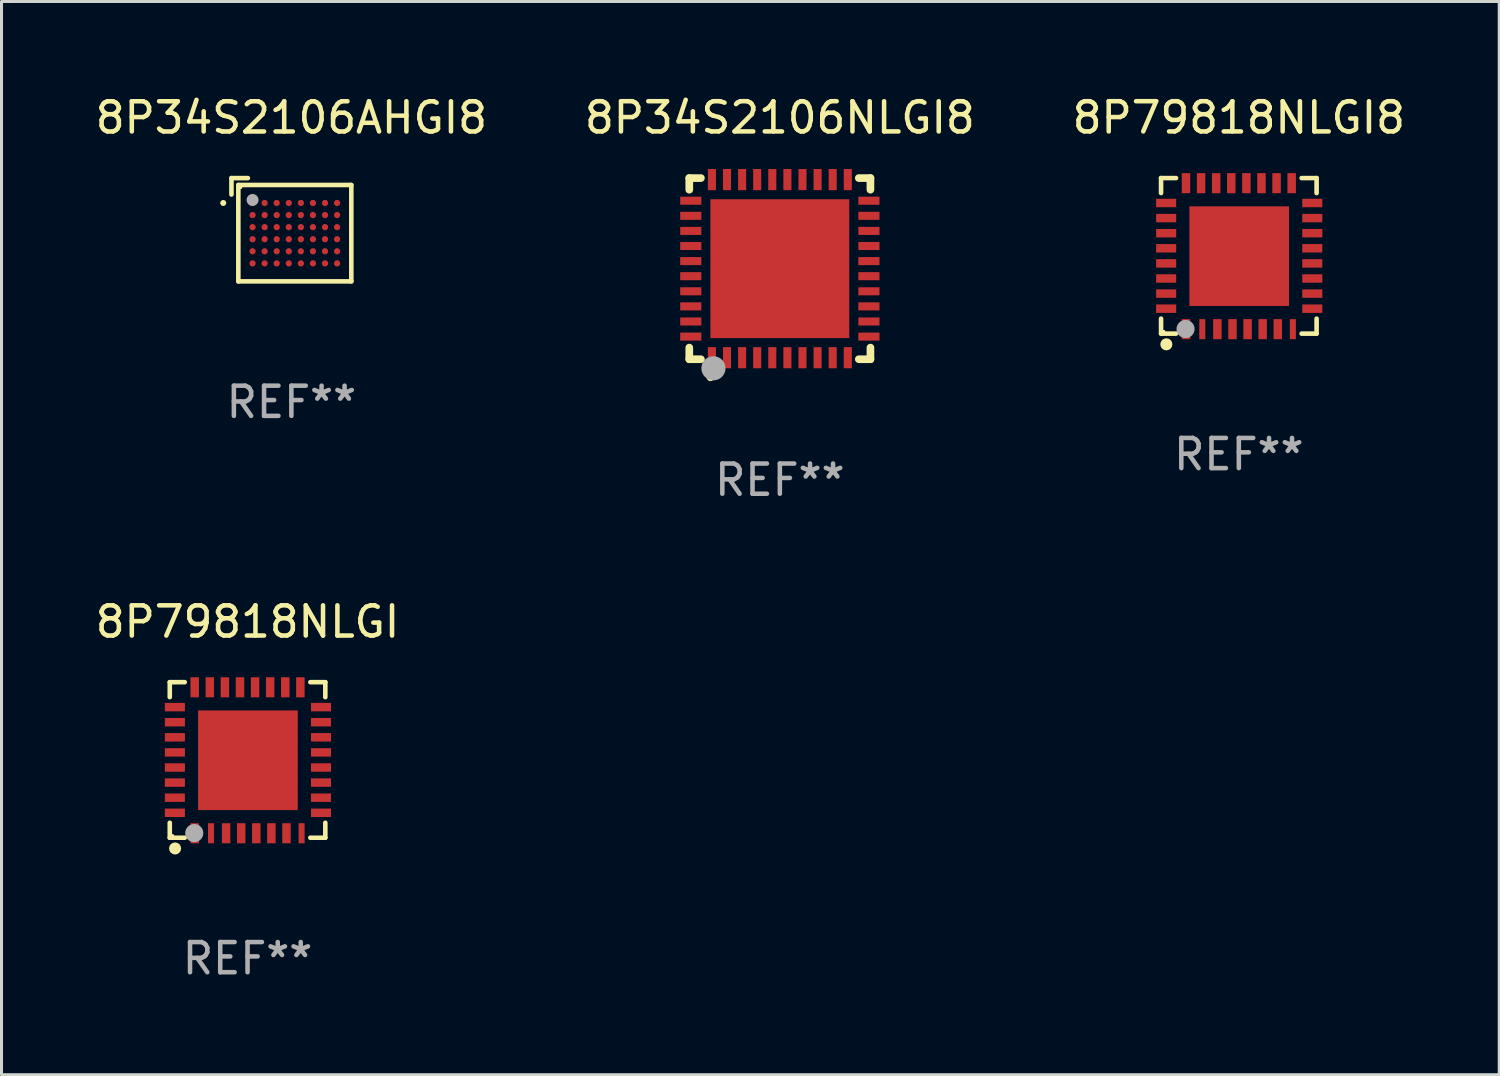
<source format=kicad_pcb>
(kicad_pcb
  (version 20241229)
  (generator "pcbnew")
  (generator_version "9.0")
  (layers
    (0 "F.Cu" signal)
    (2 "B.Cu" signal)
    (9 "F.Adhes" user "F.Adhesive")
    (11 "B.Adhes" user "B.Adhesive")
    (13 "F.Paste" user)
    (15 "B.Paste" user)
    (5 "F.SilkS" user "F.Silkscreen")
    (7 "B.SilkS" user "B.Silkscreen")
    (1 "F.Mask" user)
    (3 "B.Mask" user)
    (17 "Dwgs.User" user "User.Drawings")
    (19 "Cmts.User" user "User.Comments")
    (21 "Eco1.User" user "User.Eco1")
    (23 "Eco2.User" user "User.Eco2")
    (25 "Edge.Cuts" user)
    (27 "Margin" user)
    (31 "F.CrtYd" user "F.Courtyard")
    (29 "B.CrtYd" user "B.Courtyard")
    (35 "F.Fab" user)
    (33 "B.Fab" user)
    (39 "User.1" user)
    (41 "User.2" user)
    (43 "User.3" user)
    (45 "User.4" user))
  (footprint "8P79818NLGI8"
    (layer "F.Cu")
    (at 37.982 5.424)
    (property "Reference" "8P79818NLGI8" (at 0 -4.576 0) (layer "F.SilkS") (effects (font (size 1 1) (thickness 0.15))))
    (attr through_hole)
    (fp_line (start -2.576 -2.576) (end -2.576 -2.08) (stroke (width 0.152) (type solid)) (layer "F.SilkS"))
    (fp_line (start -2.576 2.576) (end -2.576 2.08) (stroke (width 0.152) (type solid)) (layer "F.SilkS"))
    (fp_line (start -2.08 -2.576) (end -2.576 -2.576) (stroke (width 0.152) (type solid)) (layer "F.SilkS"))
    (fp_line (start -2.08 2.576) (end -2.576 2.576) (stroke (width 0.152) (type solid)) (layer "F.SilkS"))
    (fp_line (start 2.08 -2.576) (end 2.576 -2.576) (stroke (width 0.152) (type solid)) (layer "F.SilkS"))
    (fp_line (start 2.08 2.576) (end 2.576 2.576) (stroke (width 0.152) (type solid)) (layer "F.SilkS"))
    (fp_line (start 2.576 -2.576) (end 2.576 -2.08) (stroke (width 0.152) (type solid)) (layer "F.SilkS"))
    (fp_line (start 2.576 2.576) (end 2.576 2.08) (stroke (width 0.152) (type solid)) (layer "F.SilkS"))
    (fp_circle (center -2.487 2.51) (end -2.457 2.51) (stroke (width 0.06) (type solid)) (fill no) (layer "F.SilkS"))
    (fp_circle (center -2.4 2.931) (end -2.3 2.931) (stroke (width 0.2) (type solid)) (fill no) (layer "F.SilkS"))
    (fp_circle (center -1.765 2.423) (end -1.615 2.423) (stroke (width 0.3) (type solid)) (fill no) (layer "F.Fab"))
    (fp_text user "REF**" (at 0 6.576 0) (layer "F.Fab") (effects (font (size 1 1) (thickness 0.15))))
    (pad "1" smd rect (at -1.75 2.428) (size 0.28 0.665) (layers "F.Cu" "F.Mask" "F.Paste"))
    (pad "2" smd rect (at -1.21 2.428) (size 0.2 0.665) (layers "F.Cu" "F.Mask" "F.Paste"))
    (pad "3" smd rect (at -0.71 2.428) (size 0.28 0.665) (layers "F.Cu" "F.Mask" "F.Paste"))
    (pad "4" smd rect (at -0.21 2.428) (size 0.28 0.665) (layers "F.Cu" "F.Mask" "F.Paste"))
    (pad "5" smd rect (at 0.29 2.428) (size 0.28 0.665) (layers "F.Cu" "F.Mask" "F.Paste"))
    (pad "6" smd rect (at 0.79 2.428) (size 0.28 0.665) (layers "F.Cu" "F.Mask" "F.Paste"))
    (pad "7" smd rect (at 1.29 2.428) (size 0.28 0.665) (layers "F.Cu" "F.Mask" "F.Paste"))
    (pad "8" smd rect (at 1.79 2.428) (size 0.2 0.665) (layers "F.Cu" "F.Mask" "F.Paste"))
    (pad "9" smd rect (at 2.433 1.75) (size 0.665 0.28) (layers "F.Cu" "F.Mask" "F.Paste"))
    (pad "10" smd rect (at 2.433 1.25) (size 0.665 0.28) (layers "F.Cu" "F.Mask" "F.Paste"))
    (pad "11" smd rect (at 2.433 0.75) (size 0.665 0.28) (layers "F.Cu" "F.Mask" "F.Paste"))
    (pad "12" smd rect (at 2.433 0.25) (size 0.665 0.28) (layers "F.Cu" "F.Mask" "F.Paste"))
    (pad "13" smd rect (at 2.433 -0.25) (size 0.665 0.28) (layers "F.Cu" "F.Mask" "F.Paste"))
    (pad "14" smd rect (at 2.433 -0.75) (size 0.665 0.28) (layers "F.Cu" "F.Mask" "F.Paste"))
    (pad "15" smd rect (at 2.433 -1.25) (size 0.665 0.28) (layers "F.Cu" "F.Mask" "F.Paste"))
    (pad "16" smd rect (at 2.433 -1.75) (size 0.665 0.28) (layers "F.Cu" "F.Mask" "F.Paste"))
    (pad "17" smd rect (at 1.75 -2.407) (size 0.28 0.665) (layers "F.Cu" "F.Mask" "F.Paste"))
    (pad "18" smd rect (at 1.25 -2.407) (size 0.28 0.665) (layers "F.Cu" "F.Mask" "F.Paste"))
    (pad "19" smd rect (at 0.75 -2.407) (size 0.28 0.665) (layers "F.Cu" "F.Mask" "F.Paste"))
    (pad "20" smd rect (at 0.25 -2.407) (size 0.28 0.665) (layers "F.Cu" "F.Mask" "F.Paste"))
    (pad "21" smd rect (at -0.25 -2.407) (size 0.28 0.665) (layers "F.Cu" "F.Mask" "F.Paste"))
    (pad "22" smd rect (at -0.75 -2.407) (size 0.28 0.665) (layers "F.Cu" "F.Mask" "F.Paste"))
    (pad "23" smd rect (at -1.25 -2.407) (size 0.28 0.665) (layers "F.Cu" "F.Mask" "F.Paste"))
    (pad "24" smd rect (at -1.75 -2.407) (size 0.28 0.665) (layers "F.Cu" "F.Mask" "F.Paste"))
    (pad "25" smd rect (at -2.407 -1.75) (size 0.665 0.28) (layers "F.Cu" "F.Mask" "F.Paste"))
    (pad "26" smd rect (at -2.407 -1.25) (size 0.665 0.28) (layers "F.Cu" "F.Mask" "F.Paste"))
    (pad "27" smd rect (at -2.407 -0.75) (size 0.665 0.28) (layers "F.Cu" "F.Mask" "F.Paste"))
    (pad "28" smd rect (at -2.407 -0.25) (size 0.665 0.28) (layers "F.Cu" "F.Mask" "F.Paste"))
    (pad "29" smd rect (at -2.407 0.25) (size 0.665 0.28) (layers "F.Cu" "F.Mask" "F.Paste"))
    (pad "30" smd rect (at -2.407 0.75) (size 0.665 0.28) (layers "F.Cu" "F.Mask" "F.Paste"))
    (pad "31" smd rect (at -2.407 1.25) (size 0.665 0.28) (layers "F.Cu" "F.Mask" "F.Paste"))
    (pad "32" smd rect (at -2.407 1.75) (size 0.665 0.28) (layers "F.Cu" "F.Mask" "F.Paste"))
    (pad "33" smd rect (at 0.013 0.01) (size 3.3 3.3) (layers "F.Cu" "F.Mask" "F.Paste")))
  (footprint "8P34S2106AHGI8"
    (layer "F.Cu")
    (at 6.601 4.559)
    (property "Reference" "8P34S2106AHGI8" (at 0 -3.71 0) (layer "F.SilkS") (effects (font (size 1 1) (thickness 0.15))))
    (attr through_hole)
    (fp_line (start -1.985 -1.71) (end -1.441 -1.71) (stroke (width 0.152) (type solid)) (layer "F.SilkS"))
    (fp_line (start -1.985 -1.166) (end -1.985 -1.71) (stroke (width 0.152) (type solid)) (layer "F.SilkS"))
    (fp_line (start -1.757 -1.482) (end 1.985 -1.482) (stroke (width 0.152) (type solid)) (layer "F.SilkS"))
    (fp_line (start -1.757 1.71) (end -1.757 -1.482) (stroke (width 0.152) (type solid)) (layer "F.SilkS"))
    (fp_line (start 1.985 -1.482) (end 1.985 1.71) (stroke (width 0.152) (type solid)) (layer "F.SilkS"))
    (fp_line (start 1.985 1.71) (end -1.757 1.71) (stroke (width 0.152) (type solid)) (layer "F.SilkS"))
    (fp_circle (center -2.257 -0.886) (end -2.207 -0.886) (stroke (width 0.1) (type solid)) (fill no) (layer "F.SilkS"))
    (fp_circle (center -1.681 -1.406) (end -1.651 -1.406) (stroke (width 0.06) (type solid)) (fill no) (layer "F.SilkS"))
    (fp_circle (center -1.286 -0.986) (end -1.186 -0.986) (stroke (width 0.2) (type solid)) (fill no) (layer "F.Fab"))
    (fp_text user "REF**" (at 0 5.71 0) (layer "F.Fab") (effects (font (size 1 1) (thickness 0.15))))
    (pad "A1" smd circle (at -1.286 -0.886) (size 0.208 0.208) (layers "F.Cu" "F.Mask" "F.Paste"))
    (pad "A2" smd circle (at -0.886 -0.886) (size 0.208 0.208) (layers "F.Cu" "F.Mask" "F.Paste"))
    (pad "A3" smd circle (at -0.486 -0.886) (size 0.208 0.208) (layers "F.Cu" "F.Mask" "F.Paste"))
    (pad "A4" smd circle (at -0.086 -0.886) (size 0.208 0.208) (layers "F.Cu" "F.Mask" "F.Paste"))
    (pad "A5" smd circle (at 0.314 -0.886) (size 0.208 0.208) (layers "F.Cu" "F.Mask" "F.Paste"))
    (pad "A6" smd circle (at 0.714 -0.886) (size 0.208 0.208) (layers "F.Cu" "F.Mask" "F.Paste"))
    (pad "A7" smd circle (at 1.114 -0.886) (size 0.208 0.208) (layers "F.Cu" "F.Mask" "F.Paste"))
    (pad "A8" smd circle (at 1.514 -0.886) (size 0.208 0.208) (layers "F.Cu" "F.Mask" "F.Paste"))
    (pad "B1" smd circle (at -1.286 -0.486) (size 0.208 0.208) (layers "F.Cu" "F.Mask" "F.Paste"))
    (pad "B2" smd circle (at -0.886 -0.486) (size 0.208 0.208) (layers "F.Cu" "F.Mask" "F.Paste"))
    (pad "B3" smd circle (at -0.486 -0.486) (size 0.208 0.208) (layers "F.Cu" "F.Mask" "F.Paste"))
    (pad "B4" smd circle (at -0.086 -0.486) (size 0.208 0.208) (layers "F.Cu" "F.Mask" "F.Paste"))
    (pad "B5" smd circle (at 0.314 -0.486) (size 0.208 0.208) (layers "F.Cu" "F.Mask" "F.Paste"))
    (pad "B6" smd circle (at 0.714 -0.486) (size 0.208 0.208) (layers "F.Cu" "F.Mask" "F.Paste"))
    (pad "B7" smd circle (at 1.114 -0.486) (size 0.208 0.208) (layers "F.Cu" "F.Mask" "F.Paste"))
    (pad "B8" smd circle (at 1.514 -0.486) (size 0.208 0.208) (layers "F.Cu" "F.Mask" "F.Paste"))
    (pad "C1" smd circle (at -1.286 -0.086) (size 0.208 0.208) (layers "F.Cu" "F.Mask" "F.Paste"))
    (pad "C2" smd circle (at -0.886 -0.086) (size 0.208 0.208) (layers "F.Cu" "F.Mask" "F.Paste"))
    (pad "C3" smd circle (at -0.486 -0.086) (size 0.208 0.208) (layers "F.Cu" "F.Mask" "F.Paste"))
    (pad "C4" smd circle (at -0.086 -0.086) (size 0.208 0.208) (layers "F.Cu" "F.Mask" "F.Paste"))
    (pad "C5" smd circle (at 0.314 -0.086) (size 0.208 0.208) (layers "F.Cu" "F.Mask" "F.Paste"))
    (pad "C6" smd circle (at 0.714 -0.086) (size 0.208 0.208) (layers "F.Cu" "F.Mask" "F.Paste"))
    (pad "C7" smd circle (at 1.114 -0.086) (size 0.208 0.208) (layers "F.Cu" "F.Mask" "F.Paste"))
    (pad "C8" smd circle (at 1.514 -0.086) (size 0.208 0.208) (layers "F.Cu" "F.Mask" "F.Paste"))
    (pad "D1" smd circle (at -1.286 0.314) (size 0.208 0.208) (layers "F.Cu" "F.Mask" "F.Paste"))
    (pad "D2" smd circle (at -0.886 0.314) (size 0.208 0.208) (layers "F.Cu" "F.Mask" "F.Paste"))
    (pad "D3" smd circle (at -0.486 0.314) (size 0.208 0.208) (layers "F.Cu" "F.Mask" "F.Paste"))
    (pad "D4" smd circle (at -0.086 0.314) (size 0.208 0.208) (layers "F.Cu" "F.Mask" "F.Paste"))
    (pad "D5" smd circle (at 0.314 0.314) (size 0.208 0.208) (layers "F.Cu" "F.Mask" "F.Paste"))
    (pad "D6" smd circle (at 0.714 0.314) (size 0.208 0.208) (layers "F.Cu" "F.Mask" "F.Paste"))
    (pad "D7" smd circle (at 1.114 0.314) (size 0.208 0.208) (layers "F.Cu" "F.Mask" "F.Paste"))
    (pad "D8" smd circle (at 1.514 0.314) (size 0.208 0.208) (layers "F.Cu" "F.Mask" "F.Paste"))
    (pad "E1" smd circle (at -1.286 0.714) (size 0.208 0.208) (layers "F.Cu" "F.Mask" "F.Paste"))
    (pad "E2" smd circle (at -0.886 0.714) (size 0.208 0.208) (layers "F.Cu" "F.Mask" "F.Paste"))
    (pad "E3" smd circle (at -0.486 0.714) (size 0.208 0.208) (layers "F.Cu" "F.Mask" "F.Paste"))
    (pad "E4" smd circle (at -0.086 0.714) (size 0.208 0.208) (layers "F.Cu" "F.Mask" "F.Paste"))
    (pad "E5" smd circle (at 0.314 0.714) (size 0.208 0.208) (layers "F.Cu" "F.Mask" "F.Paste"))
    (pad "E6" smd circle (at 0.714 0.714) (size 0.208 0.208) (layers "F.Cu" "F.Mask" "F.Paste"))
    (pad "E7" smd circle (at 1.114 0.714) (size 0.208 0.208) (layers "F.Cu" "F.Mask" "F.Paste"))
    (pad "E8" smd circle (at 1.514 0.714) (size 0.208 0.208) (layers "F.Cu" "F.Mask" "F.Paste"))
    (pad "F1" smd circle (at -1.286 1.114) (size 0.208 0.208) (layers "F.Cu" "F.Mask" "F.Paste"))
    (pad "F2" smd circle (at -0.886 1.114) (size 0.208 0.208) (layers "F.Cu" "F.Mask" "F.Paste"))
    (pad "F3" smd circle (at -0.486 1.114) (size 0.208 0.208) (layers "F.Cu" "F.Mask" "F.Paste"))
    (pad "F4" smd circle (at -0.086 1.114) (size 0.208 0.208) (layers "F.Cu" "F.Mask" "F.Paste"))
    (pad "F5" smd circle (at 0.314 1.114) (size 0.208 0.208) (layers "F.Cu" "F.Mask" "F.Paste"))
    (pad "F6" smd circle (at 0.714 1.114) (size 0.208 0.208) (layers "F.Cu" "F.Mask" "F.Paste"))
    (pad "F7" smd circle (at 1.114 1.114) (size 0.208 0.208) (layers "F.Cu" "F.Mask" "F.Paste"))
    (pad "F8" smd circle (at 1.514 1.114) (size 0.208 0.208) (layers "F.Cu" "F.Mask" "F.Paste")))
  (footprint "8P34S2106NLGI8"
    (layer "F.Cu")
    (at 22.78 5.848)
    (property "Reference" "8P34S2106NLGI8" (at 0 -5 0) (layer "F.SilkS") (effects (font (size 1 1) (thickness 0.15))))
    (attr through_hole)
    (fp_line (start -3 -3) (end -2.615 -3) (stroke (width 0.254) (type solid)) (layer "F.SilkS"))
    (fp_line (start -3 -2.615) (end -3 -3) (stroke (width 0.254) (type solid)) (layer "F.SilkS"))
    (fp_line (start -3 3) (end -3 2.615) (stroke (width 0.254) (type solid)) (layer "F.SilkS"))
    (fp_line (start -2.615 3) (end -3 3) (stroke (width 0.254) (type solid)) (layer "F.SilkS"))
    (fp_line (start 2.615 -3) (end 3 -3) (stroke (width 0.254) (type solid)) (layer "F.SilkS"))
    (fp_line (start 3 -3) (end 3 -2.615) (stroke (width 0.254) (type solid)) (layer "F.SilkS"))
    (fp_line (start 3 2.615) (end 3 3) (stroke (width 0.254) (type solid)) (layer "F.SilkS"))
    (fp_line (start 3 3) (end 2.615 3) (stroke (width 0.254) (type solid)) (layer "F.SilkS"))
    (fp_arc (start -2.3 3.6) (mid -2.29873 3.599994) (end -2.29746 3.6) (stroke (width 0.24892) (type solid)) (layer "F.SilkS"))
    (fp_circle (center -3 3) (end -2.97 3) (stroke (width 0.06) (type solid)) (fill no) (layer "F.SilkS"))
    (fp_circle (center -2.2 3.3) (end -2 3.3) (stroke (width 0.4) (type solid)) (fill no) (layer "F.Fab"))
    (fp_text user "REF**" (at 0 7 0) (layer "F.Fab") (effects (font (size 1 1) (thickness 0.15))))
    (pad "1" smd rect (at -2.25 2.95) (size 0.267 0.7) (layers "F.Cu" "F.Mask" "F.Paste"))
    (pad "2" smd rect (at -1.75 2.95) (size 0.267 0.7) (layers "F.Cu" "F.Mask" "F.Paste"))
    (pad "3" smd rect (at -1.25 2.95) (size 0.267 0.7) (layers "F.Cu" "F.Mask" "F.Paste"))
    (pad "4" smd rect (at -0.75 2.95) (size 0.267 0.7) (layers "F.Cu" "F.Mask" "F.Paste"))
    (pad "5" smd rect (at -0.25 2.95) (size 0.267 0.7) (layers "F.Cu" "F.Mask" "F.Paste"))
    (pad "6" smd rect (at 0.25 2.95) (size 0.267 0.7) (layers "F.Cu" "F.Mask" "F.Paste"))
    (pad "7" smd rect (at 0.75 2.95) (size 0.267 0.7) (layers "F.Cu" "F.Mask" "F.Paste"))
    (pad "8" smd rect (at 1.25 2.95) (size 0.267 0.7) (layers "F.Cu" "F.Mask" "F.Paste"))
    (pad "9" smd rect (at 1.75 2.95) (size 0.267 0.7) (layers "F.Cu" "F.Mask" "F.Paste"))
    (pad "10" smd rect (at 2.25 2.95) (size 0.267 0.7) (layers "F.Cu" "F.Mask" "F.Paste"))
    (pad "11" smd rect (at 2.95 2.25) (size 0.7 0.267) (layers "F.Cu" "F.Mask" "F.Paste"))
    (pad "12" smd rect (at 2.95 1.75) (size 0.7 0.267) (layers "F.Cu" "F.Mask" "F.Paste"))
    (pad "13" smd rect (at 2.95 1.25) (size 0.7 0.267) (layers "F.Cu" "F.Mask" "F.Paste"))
    (pad "14" smd rect (at 2.95 0.75) (size 0.7 0.267) (layers "F.Cu" "F.Mask" "F.Paste"))
    (pad "15" smd rect (at 2.95 0.25) (size 0.7 0.267) (layers "F.Cu" "F.Mask" "F.Paste"))
    (pad "16" smd rect (at 2.95 -0.25) (size 0.7 0.267) (layers "F.Cu" "F.Mask" "F.Paste"))
    (pad "17" smd rect (at 2.95 -0.75) (size 0.7 0.267) (layers "F.Cu" "F.Mask" "F.Paste"))
    (pad "18" smd rect (at 2.95 -1.25) (size 0.7 0.267) (layers "F.Cu" "F.Mask" "F.Paste"))
    (pad "19" smd rect (at 2.95 -1.75) (size 0.7 0.267) (layers "F.Cu" "F.Mask" "F.Paste"))
    (pad "20" smd rect (at 2.95 -2.25) (size 0.7 0.267) (layers "F.Cu" "F.Mask" "F.Paste"))
    (pad "21" smd rect (at 2.25 -2.95) (size 0.267 0.7) (layers "F.Cu" "F.Mask" "F.Paste"))
    (pad "22" smd rect (at 1.75 -2.95) (size 0.267 0.7) (layers "F.Cu" "F.Mask" "F.Paste"))
    (pad "23" smd rect (at 1.25 -2.95) (size 0.267 0.7) (layers "F.Cu" "F.Mask" "F.Paste"))
    (pad "24" smd rect (at 0.75 -2.95) (size 0.267 0.7) (layers "F.Cu" "F.Mask" "F.Paste"))
    (pad "25" smd rect (at 0.25 -2.95) (size 0.267 0.7) (layers "F.Cu" "F.Mask" "F.Paste"))
    (pad "26" smd rect (at -0.25 -2.95) (size 0.267 0.7) (layers "F.Cu" "F.Mask" "F.Paste"))
    (pad "27" smd rect (at -0.75 -2.95) (size 0.267 0.7) (layers "F.Cu" "F.Mask" "F.Paste"))
    (pad "28" smd rect (at -1.25 -2.95) (size 0.267 0.7) (layers "F.Cu" "F.Mask" "F.Paste"))
    (pad "29" smd rect (at -1.75 -2.95) (size 0.267 0.7) (layers "F.Cu" "F.Mask" "F.Paste"))
    (pad "30" smd rect (at -2.25 -2.95) (size 0.267 0.7) (layers "F.Cu" "F.Mask" "F.Paste"))
    (pad "31" smd rect (at -2.95 -2.25) (size 0.7 0.267) (layers "F.Cu" "F.Mask" "F.Paste"))
    (pad "32" smd rect (at -2.95 -1.75) (size 0.7 0.267) (layers "F.Cu" "F.Mask" "F.Paste"))
    (pad "33" smd rect (at -2.95 -1.25) (size 0.7 0.267) (layers "F.Cu" "F.Mask" "F.Paste"))
    (pad "34" smd rect (at -2.95 -0.75) (size 0.7 0.267) (layers "F.Cu" "F.Mask" "F.Paste"))
    (pad "35" smd rect (at -2.95 -0.25) (size 0.7 0.267) (layers "F.Cu" "F.Mask" "F.Paste"))
    (pad "36" smd rect (at -2.95 0.25) (size 0.7 0.267) (layers "F.Cu" "F.Mask" "F.Paste"))
    (pad "37" smd rect (at -2.95 0.75) (size 0.7 0.267) (layers "F.Cu" "F.Mask" "F.Paste"))
    (pad "38" smd rect (at -2.95 1.25) (size 0.7 0.267) (layers "F.Cu" "F.Mask" "F.Paste"))
    (pad "39" smd rect (at -2.95 1.75) (size 0.7 0.267) (layers "F.Cu" "F.Mask" "F.Paste"))
    (pad "40" smd rect (at -2.95 2.25) (size 0.7 0.267) (layers "F.Cu" "F.Mask" "F.Paste"))
    (pad "41" smd rect (at 0.000102 0.000102) (size 4.6 4.6) (layers "F.Cu" "F.Mask" "F.Paste")))
  (footprint "8P79818NLGI"
    (layer "F.Cu")
    (at 5.149 22.121)
    (property "Reference" "8P79818NLGI" (at 0 -4.576 0) (layer "F.SilkS") (effects (font (size 1 1) (thickness 0.15))))
    (attr through_hole)
    (fp_line (start -2.576 -2.576) (end -2.576 -2.08) (stroke (width 0.152) (type solid)) (layer "F.SilkS"))
    (fp_line (start -2.576 2.576) (end -2.576 2.08) (stroke (width 0.152) (type solid)) (layer "F.SilkS"))
    (fp_line (start -2.08 -2.576) (end -2.576 -2.576) (stroke (width 0.152) (type solid)) (layer "F.SilkS"))
    (fp_line (start -2.08 2.576) (end -2.576 2.576) (stroke (width 0.152) (type solid)) (layer "F.SilkS"))
    (fp_line (start 2.08 -2.576) (end 2.576 -2.576) (stroke (width 0.152) (type solid)) (layer "F.SilkS"))
    (fp_line (start 2.08 2.576) (end 2.576 2.576) (stroke (width 0.152) (type solid)) (layer "F.SilkS"))
    (fp_line (start 2.576 -2.576) (end 2.576 -2.08) (stroke (width 0.152) (type solid)) (layer "F.SilkS"))
    (fp_line (start 2.576 2.576) (end 2.576 2.08) (stroke (width 0.152) (type solid)) (layer "F.SilkS"))
    (fp_circle (center -2.487 2.51) (end -2.457 2.51) (stroke (width 0.06) (type solid)) (fill no) (layer "F.SilkS"))
    (fp_circle (center -2.4 2.931) (end -2.3 2.931) (stroke (width 0.2) (type solid)) (fill no) (layer "F.SilkS"))
    (fp_circle (center -1.765 2.423) (end -1.615 2.423) (stroke (width 0.3) (type solid)) (fill no) (layer "F.Fab"))
    (fp_text user "REF**" (at 0 6.576 0) (layer "F.Fab") (effects (font (size 1 1) (thickness 0.15))))
    (pad "1" smd rect (at -1.75 2.428) (size 0.28 0.665) (layers "F.Cu" "F.Mask" "F.Paste"))
    (pad "2" smd rect (at -1.21 2.428) (size 0.2 0.665) (layers "F.Cu" "F.Mask" "F.Paste"))
    (pad "3" smd rect (at -0.71 2.428) (size 0.28 0.665) (layers "F.Cu" "F.Mask" "F.Paste"))
    (pad "4" smd rect (at -0.21 2.428) (size 0.28 0.665) (layers "F.Cu" "F.Mask" "F.Paste"))
    (pad "5" smd rect (at 0.29 2.428) (size 0.28 0.665) (layers "F.Cu" "F.Mask" "F.Paste"))
    (pad "6" smd rect (at 0.79 2.428) (size 0.28 0.665) (layers "F.Cu" "F.Mask" "F.Paste"))
    (pad "7" smd rect (at 1.29 2.428) (size 0.28 0.665) (layers "F.Cu" "F.Mask" "F.Paste"))
    (pad "8" smd rect (at 1.79 2.428) (size 0.2 0.665) (layers "F.Cu" "F.Mask" "F.Paste"))
    (pad "9" smd rect (at 2.433 1.75) (size 0.665 0.28) (layers "F.Cu" "F.Mask" "F.Paste"))
    (pad "10" smd rect (at 2.433 1.25) (size 0.665 0.28) (layers "F.Cu" "F.Mask" "F.Paste"))
    (pad "11" smd rect (at 2.433 0.75) (size 0.665 0.28) (layers "F.Cu" "F.Mask" "F.Paste"))
    (pad "12" smd rect (at 2.433 0.25) (size 0.665 0.28) (layers "F.Cu" "F.Mask" "F.Paste"))
    (pad "13" smd rect (at 2.433 -0.25) (size 0.665 0.28) (layers "F.Cu" "F.Mask" "F.Paste"))
    (pad "14" smd rect (at 2.433 -0.75) (size 0.665 0.28) (layers "F.Cu" "F.Mask" "F.Paste"))
    (pad "15" smd rect (at 2.433 -1.25) (size 0.665 0.28) (layers "F.Cu" "F.Mask" "F.Paste"))
    (pad "16" smd rect (at 2.433 -1.75) (size 0.665 0.28) (layers "F.Cu" "F.Mask" "F.Paste"))
    (pad "17" smd rect (at 1.75 -2.407) (size 0.28 0.665) (layers "F.Cu" "F.Mask" "F.Paste"))
    (pad "18" smd rect (at 1.25 -2.407) (size 0.28 0.665) (layers "F.Cu" "F.Mask" "F.Paste"))
    (pad "19" smd rect (at 0.75 -2.407) (size 0.28 0.665) (layers "F.Cu" "F.Mask" "F.Paste"))
    (pad "20" smd rect (at 0.25 -2.407) (size 0.28 0.665) (layers "F.Cu" "F.Mask" "F.Paste"))
    (pad "21" smd rect (at -0.25 -2.407) (size 0.28 0.665) (layers "F.Cu" "F.Mask" "F.Paste"))
    (pad "22" smd rect (at -0.75 -2.407) (size 0.28 0.665) (layers "F.Cu" "F.Mask" "F.Paste"))
    (pad "23" smd rect (at -1.25 -2.407) (size 0.28 0.665) (layers "F.Cu" "F.Mask" "F.Paste"))
    (pad "24" smd rect (at -1.75 -2.407) (size 0.28 0.665) (layers "F.Cu" "F.Mask" "F.Paste"))
    (pad "25" smd rect (at -2.407 -1.75) (size 0.665 0.28) (layers "F.Cu" "F.Mask" "F.Paste"))
    (pad "26" smd rect (at -2.407 -1.25) (size 0.665 0.28) (layers "F.Cu" "F.Mask" "F.Paste"))
    (pad "27" smd rect (at -2.407 -0.75) (size 0.665 0.28) (layers "F.Cu" "F.Mask" "F.Paste"))
    (pad "28" smd rect (at -2.407 -0.25) (size 0.665 0.28) (layers "F.Cu" "F.Mask" "F.Paste"))
    (pad "29" smd rect (at -2.407 0.25) (size 0.665 0.28) (layers "F.Cu" "F.Mask" "F.Paste"))
    (pad "30" smd rect (at -2.407 0.75) (size 0.665 0.28) (layers "F.Cu" "F.Mask" "F.Paste"))
    (pad "31" smd rect (at -2.407 1.25) (size 0.665 0.28) (layers "F.Cu" "F.Mask" "F.Paste"))
    (pad "32" smd rect (at -2.407 1.75) (size 0.665 0.28) (layers "F.Cu" "F.Mask" "F.Paste"))
    (pad "33" smd rect (at 0.013 0.01) (size 3.3 3.3) (layers "F.Cu" "F.Mask" "F.Paste")))
  (gr_rect
    (start -3 -3)
    (end 46.607 32.545)
    (stroke (width 0.1) (type default))
    (fill no)
    (layer "Edge.Cuts")))
</source>
